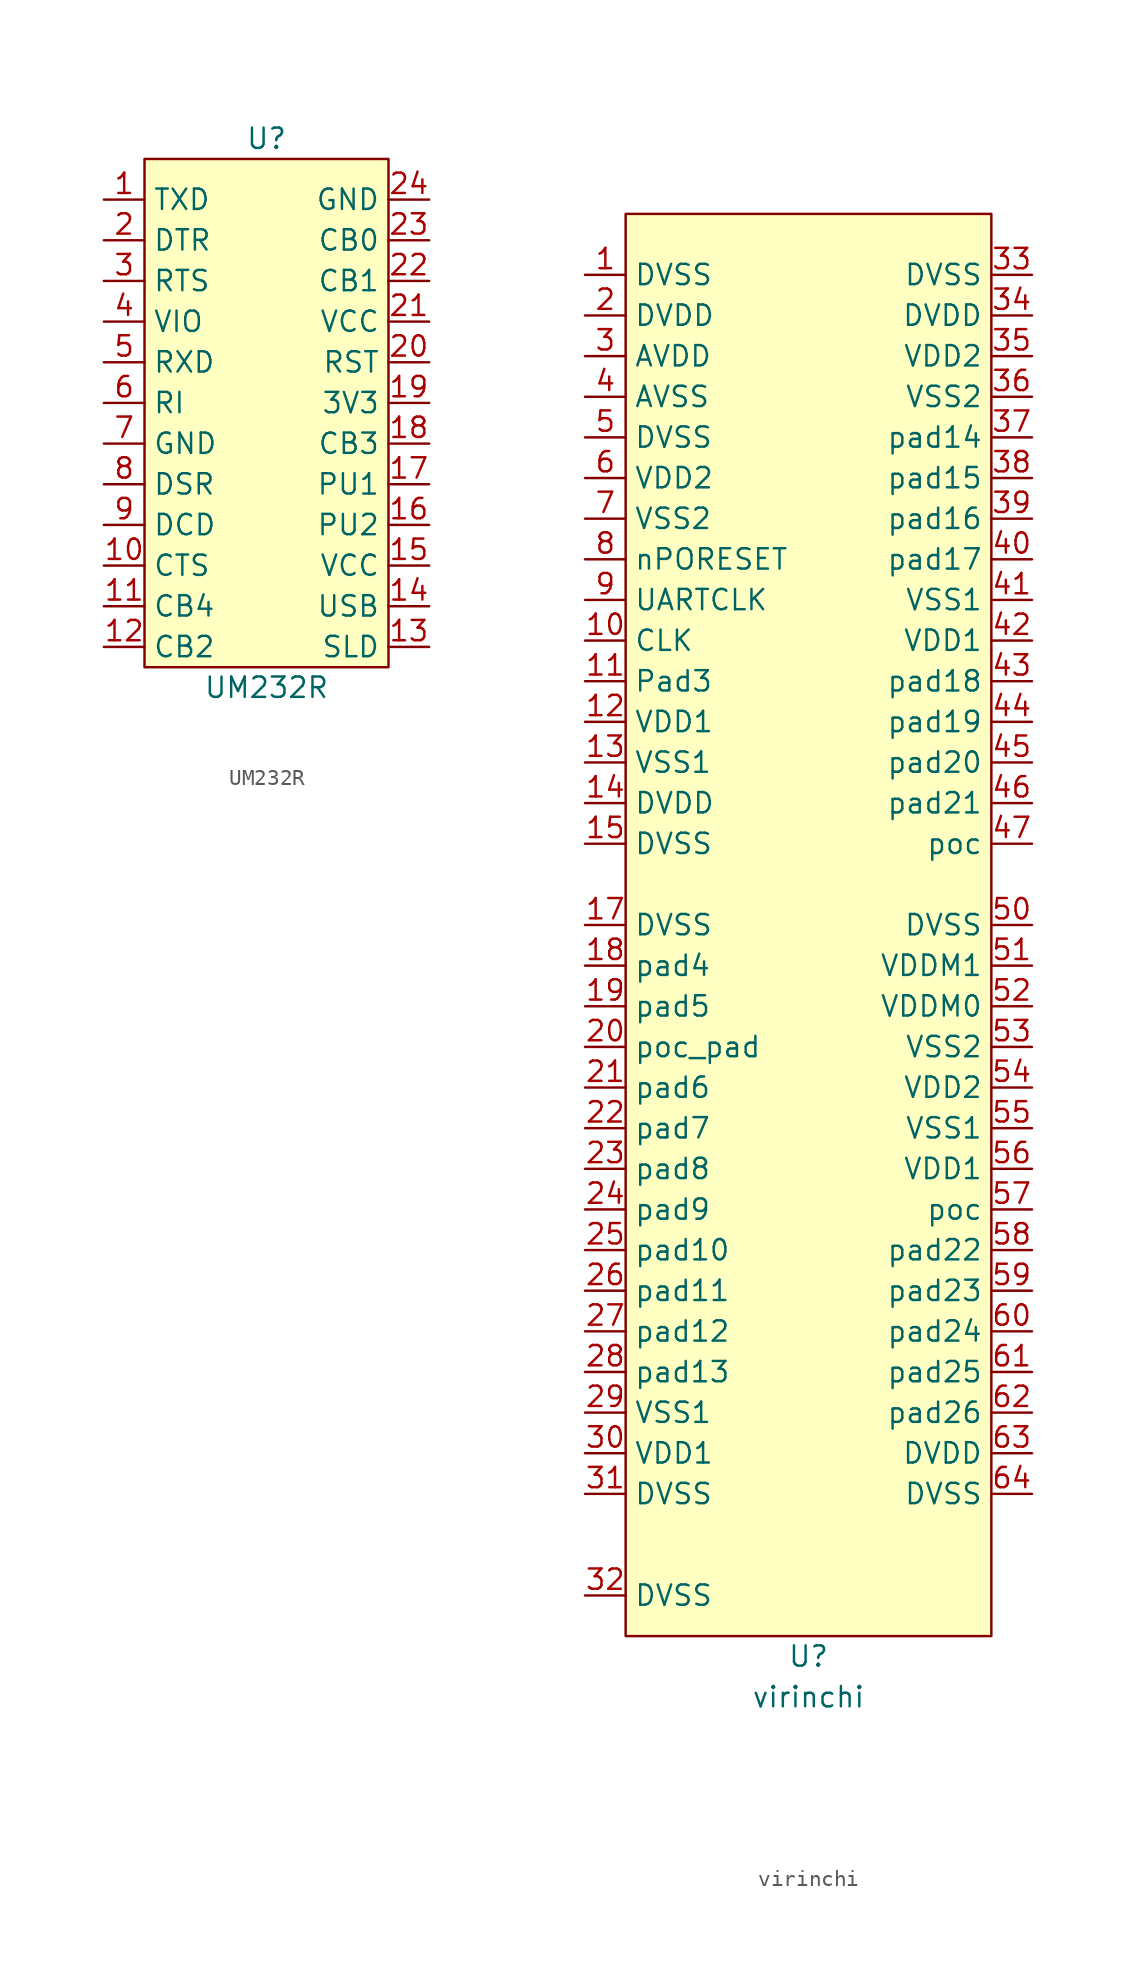
<source format=kicad_sym>
(kicad_symbol_lib
  (version 20211014)
  (generator kicad_symbol_editor)
  (symbol "UM232R"
    (property "Reference" "U"
      (at 0 17.78 0)
      (effects (font (size 1.27 1.27))))
    (property "Value" "UM232R"
      (at 0 -16.51 0)
      (effects (font (size 1.27 1.27))))
    (symbol "UM232R_0_1"
      (rectangle (start -7.62 16.51) (end 7.62 -15.24) (stroke (width 0) (type default) (color 0 0 0 0)) (fill (type background))))
    (symbol "UM232R_1_1"
      (pin output line (at -10.16 13.97 0) (length 2.54) (name "TXD" (effects (font (size 1.27 1.27)))) (number "1" (effects (font (size 1.27 1.27)))))
      (pin input line (at -10.16 -8.89 0) (length 2.54) (name "CTS" (effects (font (size 1.27 1.27)))) (number "10" (effects (font (size 1.27 1.27)))))
      (pin bidirectional line (at -10.16 -11.43 0) (length 2.54) (name "CB4" (effects (font (size 1.27 1.27)))) (number "11" (effects (font (size 1.27 1.27)))))
      (pin bidirectional line (at -10.16 -13.97 0) (length 2.54) (name "CB2" (effects (font (size 1.27 1.27)))) (number "12" (effects (font (size 1.27 1.27)))))
      (pin power_out line (at 10.16 -13.97 180) (length 2.54) (name "SLD" (effects (font (size 1.27 1.27)))) (number "13" (effects (font (size 1.27 1.27)))))
      (pin power_out line (at 10.16 -11.43 180) (length 2.54) (name "USB" (effects (font (size 1.27 1.27)))) (number "14" (effects (font (size 1.27 1.27)))))
      (pin power_out line (at 10.16 -8.89 180) (length 2.54) (name "VCC" (effects (font (size 1.27 1.27)))) (number "15" (effects (font (size 1.27 1.27)))))
      (pin input line (at 10.16 -6.35 180) (length 2.54) (name "PU2" (effects (font (size 1.27 1.27)))) (number "16" (effects (font (size 1.27 1.27)))))
      (pin input line (at 10.16 -3.81 180) (length 2.54) (name "PU1" (effects (font (size 1.27 1.27)))) (number "17" (effects (font (size 1.27 1.27)))))
      (pin bidirectional line (at 10.16 -1.27 180) (length 2.54) (name "CB3" (effects (font (size 1.27 1.27)))) (number "18" (effects (font (size 1.27 1.27)))))
      (pin power_out line (at 10.16 1.27 180) (length 2.54) (name "3V3" (effects (font (size 1.27 1.27)))) (number "19" (effects (font (size 1.27 1.27)))))
      (pin output line (at -10.16 11.43 0) (length 2.54) (name "DTR" (effects (font (size 1.27 1.27)))) (number "2" (effects (font (size 1.27 1.27)))))
      (pin input line (at 10.16 3.81 180) (length 2.54) (name "RST" (effects (font (size 1.27 1.27)))) (number "20" (effects (font (size 1.27 1.27)))))
      (pin power_out line (at 10.16 6.35 180) (length 2.54) (name "VCC" (effects (font (size 1.27 1.27)))) (number "21" (effects (font (size 1.27 1.27)))))
      (pin bidirectional line (at 10.16 8.89 180) (length 2.54) (name "CB1" (effects (font (size 1.27 1.27)))) (number "22" (effects (font (size 1.27 1.27)))))
      (pin bidirectional line (at 10.16 11.43 180) (length 2.54) (name "CB0" (effects (font (size 1.27 1.27)))) (number "23" (effects (font (size 1.27 1.27)))))
      (pin power_out line (at 10.16 13.97 180) (length 2.54) (name "GND" (effects (font (size 1.27 1.27)))) (number "24" (effects (font (size 1.27 1.27)))))
      (pin output line (at -10.16 8.89 0) (length 2.54) (name "RTS" (effects (font (size 1.27 1.27)))) (number "3" (effects (font (size 1.27 1.27)))))
      (pin power_out line (at -10.16 6.35 0) (length 2.54) (name "VIO" (effects (font (size 1.27 1.27)))) (number "4" (effects (font (size 1.27 1.27)))))
      (pin input line (at -10.16 3.81 0) (length 2.54) (name "RXD" (effects (font (size 1.27 1.27)))) (number "5" (effects (font (size 1.27 1.27)))))
      (pin input line (at -10.16 1.27 0) (length 2.54) (name "RI" (effects (font (size 1.27 1.27)))) (number "6" (effects (font (size 1.27 1.27)))))
      (pin power_out line (at -10.16 -1.27 0) (length 2.54) (name "GND" (effects (font (size 1.27 1.27)))) (number "7" (effects (font (size 1.27 1.27)))))
      (pin input line (at -10.16 -3.81 0) (length 2.54) (name "DSR" (effects (font (size 1.27 1.27)))) (number "8" (effects (font (size 1.27 1.27)))))
      (pin input line (at -10.16 -6.35 0) (length 2.54) (name "DCD" (effects (font (size 1.27 1.27)))) (number "9" (effects (font (size 1.27 1.27)))))))
  (symbol "virinchi"
    (property "Reference" "U"
      (at 0 -48.26 0)
      (effects (font (size 1.27 1.27))))
    (property "Value" "virinchi"
      (at 0 -50.8 0)
      (effects (font (size 1.27 1.27))))
    (symbol "virinchi_0_1"
      (rectangle (start -11.43 41.91) (end 11.43 -46.99) (stroke (width 0) (type default) (color 0 0 0 0)) (fill (type background))))
    (symbol "virinchi_1_1"
      (pin unspecified line (at -13.97 38.1 0) (length 2.54) (name "DVSS" (effects (font (size 1.27 1.27)))) (number "1" (effects (font (size 1.27 1.27)))))
      (pin unspecified line (at -13.97 15.24 0) (length 2.54) (name "CLK" (effects (font (size 1.27 1.27)))) (number "10" (effects (font (size 1.27 1.27)))))
      (pin unspecified line (at -13.97 12.7 0) (length 2.54) (name "Pad3" (effects (font (size 1.27 1.27)))) (number "11" (effects (font (size 1.27 1.27)))))
      (pin unspecified line (at -13.97 10.16 0) (length 2.54) (name "VDD1" (effects (font (size 1.27 1.27)))) (number "12" (effects (font (size 1.27 1.27)))))
      (pin unspecified line (at -13.97 7.62 0) (length 2.54) (name "VSS1" (effects (font (size 1.27 1.27)))) (number "13" (effects (font (size 1.27 1.27)))))
      (pin unspecified line (at -13.97 5.08 0) (length 2.54) (name "DVDD" (effects (font (size 1.27 1.27)))) (number "14" (effects (font (size 1.27 1.27)))))
      (pin unspecified line (at -13.97 2.54 0) (length 2.54) (name "DVSS" (effects (font (size 1.27 1.27)))) (number "15" (effects (font (size 1.27 1.27)))))
      (pin unspecified line (at -13.97 -2.54 0) (length 2.54) (name "DVSS" (effects (font (size 1.27 1.27)))) (number "17" (effects (font (size 1.27 1.27)))))
      (pin unspecified line (at -13.97 -5.08 0) (length 2.54) (name "pad4" (effects (font (size 1.27 1.27)))) (number "18" (effects (font (size 1.27 1.27)))))
      (pin unspecified line (at -13.97 -7.62 0) (length 2.54) (name "pad5" (effects (font (size 1.27 1.27)))) (number "19" (effects (font (size 1.27 1.27)))))
      (pin unspecified line (at -13.97 35.56 0) (length 2.54) (name "DVDD" (effects (font (size 1.27 1.27)))) (number "2" (effects (font (size 1.27 1.27)))))
      (pin unspecified line (at -13.97 -10.16 0) (length 2.54) (name "poc_pad" (effects (font (size 1.27 1.27)))) (number "20" (effects (font (size 1.27 1.27)))))
      (pin unspecified line (at -13.97 -12.7 0) (length 2.54) (name "pad6" (effects (font (size 1.27 1.27)))) (number "21" (effects (font (size 1.27 1.27)))))
      (pin unspecified line (at -13.97 -15.24 0) (length 2.54) (name "pad7" (effects (font (size 1.27 1.27)))) (number "22" (effects (font (size 1.27 1.27)))))
      (pin unspecified line (at -13.97 -17.78 0) (length 2.54) (name "pad8" (effects (font (size 1.27 1.27)))) (number "23" (effects (font (size 1.27 1.27)))))
      (pin unspecified line (at -13.97 -20.32 0) (length 2.54) (name "pad9" (effects (font (size 1.27 1.27)))) (number "24" (effects (font (size 1.27 1.27)))))
      (pin unspecified line (at -13.97 -22.86 0) (length 2.54) (name "pad10" (effects (font (size 1.27 1.27)))) (number "25" (effects (font (size 1.27 1.27)))))
      (pin unspecified line (at -13.97 -25.4 0) (length 2.54) (name "pad11" (effects (font (size 1.27 1.27)))) (number "26" (effects (font (size 1.27 1.27)))))
      (pin unspecified line (at -13.97 -27.94 0) (length 2.54) (name "pad12" (effects (font (size 1.27 1.27)))) (number "27" (effects (font (size 1.27 1.27)))))
      (pin unspecified line (at -13.97 -30.48 0) (length 2.54) (name "pad13" (effects (font (size 1.27 1.27)))) (number "28" (effects (font (size 1.27 1.27)))))
      (pin unspecified line (at -13.97 -33.02 0) (length 2.54) (name "VSS1" (effects (font (size 1.27 1.27)))) (number "29" (effects (font (size 1.27 1.27)))))
      (pin unspecified line (at -13.97 33.02 0) (length 2.54) (name "AVDD" (effects (font (size 1.27 1.27)))) (number "3" (effects (font (size 1.27 1.27)))))
      (pin unspecified line (at -13.97 -35.56 0) (length 2.54) (name "VDD1" (effects (font (size 1.27 1.27)))) (number "30" (effects (font (size 1.27 1.27)))))
      (pin unspecified line (at -13.97 -38.1 0) (length 2.54) (name "DVSS" (effects (font (size 1.27 1.27)))) (number "31" (effects (font (size 1.27 1.27)))))
      (pin unspecified line (at -13.97 -44.45 0) (length 2.54) (name "DVSS" (effects (font (size 1.27 1.27)))) (number "32" (effects (font (size 1.27 1.27)))))
      (pin unspecified line (at 13.97 38.1 180) (length 2.54) (name "DVSS" (effects (font (size 1.27 1.27)))) (number "33" (effects (font (size 1.27 1.27)))))
      (pin unspecified line (at 13.97 35.56 180) (length 2.54) (name "DVDD" (effects (font (size 1.27 1.27)))) (number "34" (effects (font (size 1.27 1.27)))))
      (pin unspecified line (at 13.97 33.02 180) (length 2.54) (name "VDD2" (effects (font (size 1.27 1.27)))) (number "35" (effects (font (size 1.27 1.27)))))
      (pin unspecified line (at 13.97 30.48 180) (length 2.54) (name "VSS2" (effects (font (size 1.27 1.27)))) (number "36" (effects (font (size 1.27 1.27)))))
      (pin unspecified line (at 13.97 27.94 180) (length 2.54) (name "pad14" (effects (font (size 1.27 1.27)))) (number "37" (effects (font (size 1.27 1.27)))))
      (pin unspecified line (at 13.97 25.4 180) (length 2.54) (name "pad15" (effects (font (size 1.27 1.27)))) (number "38" (effects (font (size 1.27 1.27)))))
      (pin unspecified line (at 13.97 22.86 180) (length 2.54) (name "pad16" (effects (font (size 1.27 1.27)))) (number "39" (effects (font (size 1.27 1.27)))))
      (pin unspecified line (at -13.97 30.48 0) (length 2.54) (name "AVSS" (effects (font (size 1.27 1.27)))) (number "4" (effects (font (size 1.27 1.27)))))
      (pin unspecified line (at 13.97 20.32 180) (length 2.54) (name "pad17" (effects (font (size 1.27 1.27)))) (number "40" (effects (font (size 1.27 1.27)))))
      (pin unspecified line (at 13.97 17.78 180) (length 2.54) (name "VSS1" (effects (font (size 1.27 1.27)))) (number "41" (effects (font (size 1.27 1.27)))))
      (pin unspecified line (at 13.97 15.24 180) (length 2.54) (name "VDD1" (effects (font (size 1.27 1.27)))) (number "42" (effects (font (size 1.27 1.27)))))
      (pin unspecified line (at 13.97 12.7 180) (length 2.54) (name "pad18" (effects (font (size 1.27 1.27)))) (number "43" (effects (font (size 1.27 1.27)))))
      (pin unspecified line (at 13.97 10.16 180) (length 2.54) (name "pad19" (effects (font (size 1.27 1.27)))) (number "44" (effects (font (size 1.27 1.27)))))
      (pin unspecified line (at 13.97 7.62 180) (length 2.54) (name "pad20" (effects (font (size 1.27 1.27)))) (number "45" (effects (font (size 1.27 1.27)))))
      (pin unspecified line (at 13.97 5.08 180) (length 2.54) (name "pad21" (effects (font (size 1.27 1.27)))) (number "46" (effects (font (size 1.27 1.27)))))
      (pin unspecified line (at 13.97 2.54 180) (length 2.54) (name "poc" (effects (font (size 1.27 1.27)))) (number "47" (effects (font (size 1.27 1.27)))))
      (pin unspecified line (at -13.97 27.94 0) (length 2.54) (name "DVSS" (effects (font (size 1.27 1.27)))) (number "5" (effects (font (size 1.27 1.27)))))
      (pin unspecified line (at 13.97 -2.54 180) (length 2.54) (name "DVSS" (effects (font (size 1.27 1.27)))) (number "50" (effects (font (size 1.27 1.27)))))
      (pin unspecified line (at 13.97 -5.08 180) (length 2.54) (name "VDDM1" (effects (font (size 1.27 1.27)))) (number "51" (effects (font (size 1.27 1.27)))))
      (pin unspecified line (at 13.97 -7.62 180) (length 2.54) (name "VDDM0" (effects (font (size 1.27 1.27)))) (number "52" (effects (font (size 1.27 1.27)))))
      (pin unspecified line (at 13.97 -10.16 180) (length 2.54) (name "VSS2" (effects (font (size 1.27 1.27)))) (number "53" (effects (font (size 1.27 1.27)))))
      (pin unspecified line (at 13.97 -12.7 180) (length 2.54) (name "VDD2" (effects (font (size 1.27 1.27)))) (number "54" (effects (font (size 1.27 1.27)))))
      (pin unspecified line (at 13.97 -15.24 180) (length 2.54) (name "VSS1" (effects (font (size 1.27 1.27)))) (number "55" (effects (font (size 1.27 1.27)))))
      (pin unspecified line (at 13.97 -17.78 180) (length 2.54) (name "VDD1" (effects (font (size 1.27 1.27)))) (number "56" (effects (font (size 1.27 1.27)))))
      (pin unspecified line (at 13.97 -20.32 180) (length 2.54) (name "poc" (effects (font (size 1.27 1.27)))) (number "57" (effects (font (size 1.27 1.27)))))
      (pin unspecified line (at 13.97 -22.86 180) (length 2.54) (name "pad22" (effects (font (size 1.27 1.27)))) (number "58" (effects (font (size 1.27 1.27)))))
      (pin unspecified line (at 13.97 -25.4 180) (length 2.54) (name "pad23" (effects (font (size 1.27 1.27)))) (number "59" (effects (font (size 1.27 1.27)))))
      (pin unspecified line (at -13.97 25.4 0) (length 2.54) (name "VDD2" (effects (font (size 1.27 1.27)))) (number "6" (effects (font (size 1.27 1.27)))))
      (pin unspecified line (at 13.97 -27.94 180) (length 2.54) (name "pad24" (effects (font (size 1.27 1.27)))) (number "60" (effects (font (size 1.27 1.27)))))
      (pin unspecified line (at 13.97 -30.48 180) (length 2.54) (name "pad25" (effects (font (size 1.27 1.27)))) (number "61" (effects (font (size 1.27 1.27)))))
      (pin unspecified line (at 13.97 -33.02 180) (length 2.54) (name "pad26" (effects (font (size 1.27 1.27)))) (number "62" (effects (font (size 1.27 1.27)))))
      (pin unspecified line (at 13.97 -35.56 180) (length 2.54) (name "DVDD" (effects (font (size 1.27 1.27)))) (number "63" (effects (font (size 1.27 1.27)))))
      (pin unspecified line (at 13.97 -38.1 180) (length 2.54) (name "DVSS" (effects (font (size 1.27 1.27)))) (number "64" (effects (font (size 1.27 1.27)))))
      (pin unspecified line (at -13.97 22.86 0) (length 2.54) (name "VSS2" (effects (font (size 1.27 1.27)))) (number "7" (effects (font (size 1.27 1.27)))))
      (pin unspecified line (at -13.97 20.32 0) (length 2.54) (name "nPORESET" (effects (font (size 1.27 1.27)))) (number "8" (effects (font (size 1.27 1.27)))))
      (pin unspecified line (at -13.97 17.78 0) (length 2.54) (name "UARTCLK" (effects (font (size 1.27 1.27)))) (number "9" (effects (font (size 1.27 1.27))))))))
</source>
